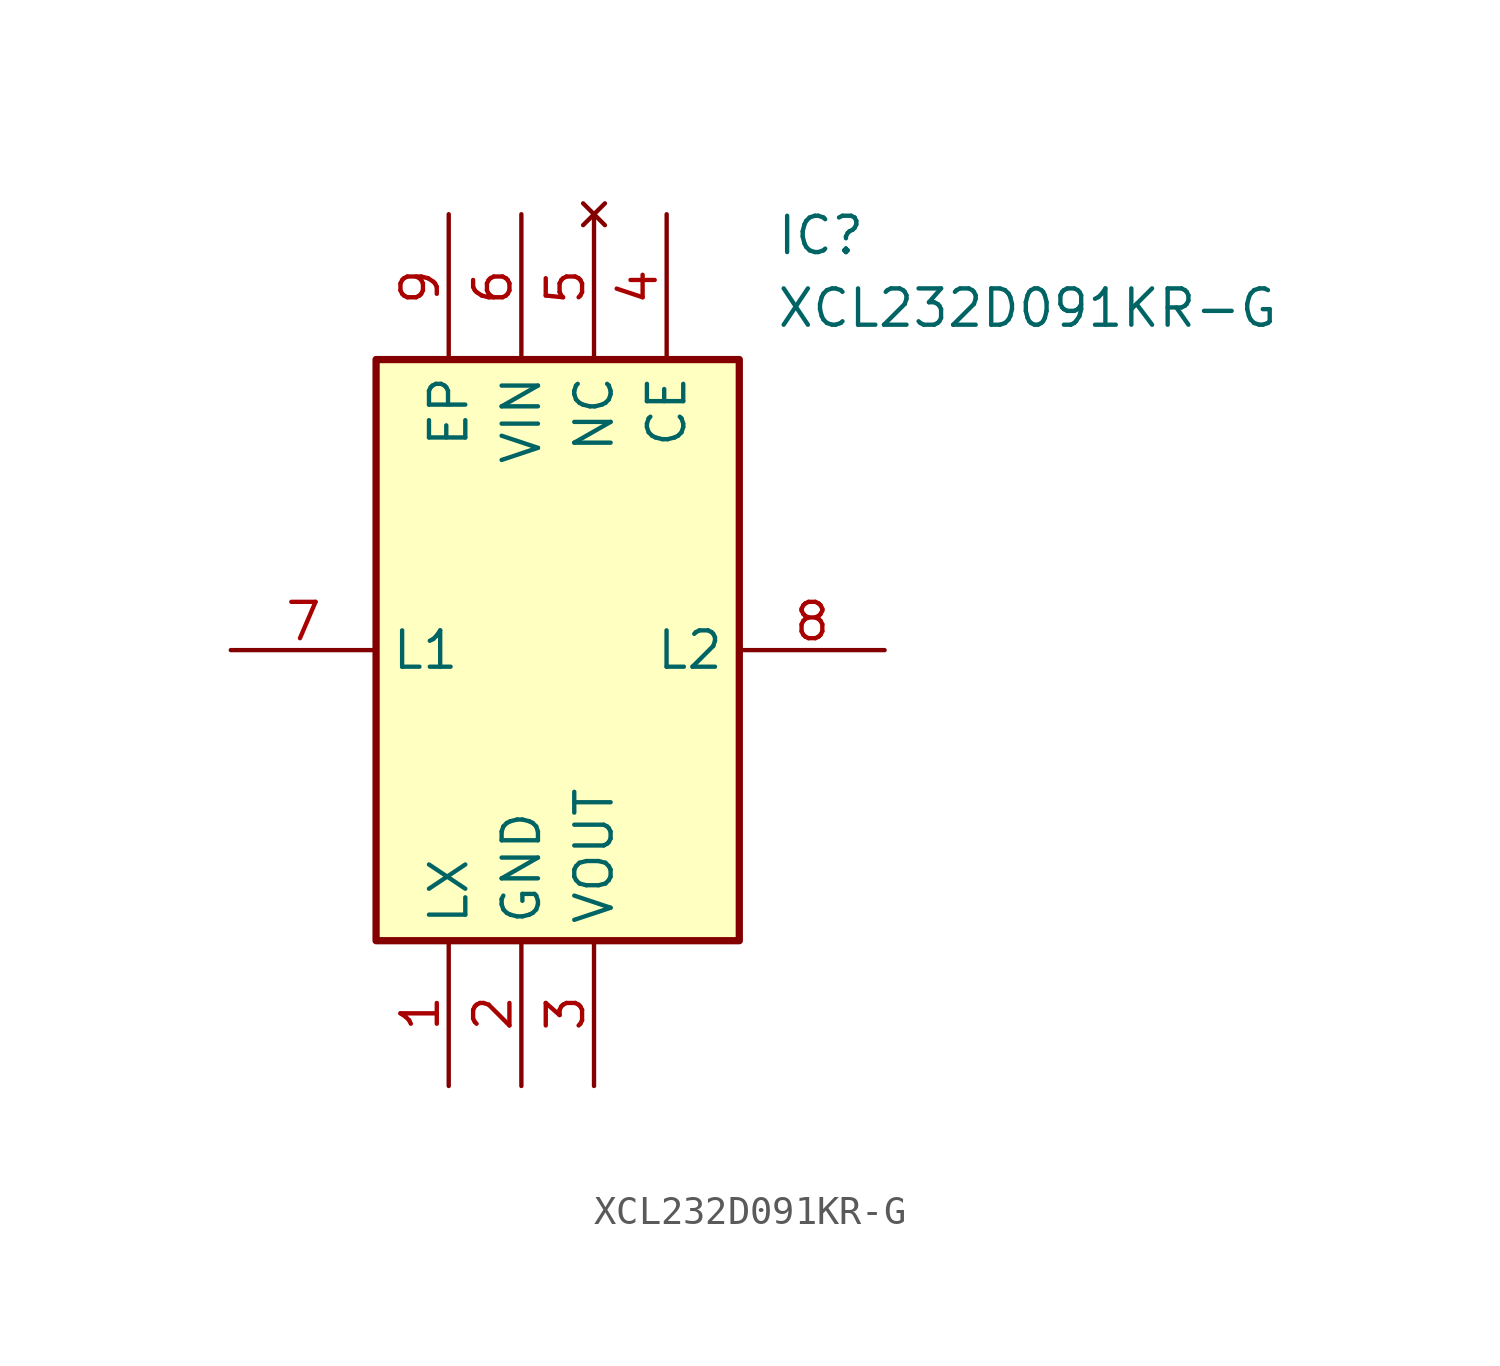
<source format=kicad_sym>
(kicad_symbol_lib
  (version 20211014)
  (generator SamacSys_ECAD_Model)
  (symbol "XCL232D091KR-G"
    (property "Reference" "IC"
      (at 19.05 15.24 0)
      (effects (font (size 1.27 1.27)) (justify left top)))
    (property "Value" "XCL232D091KR-G"
      (at 19.05 12.7 0)
      (effects (font (size 1.27 1.27)) (justify left top)))
    (rectangle
      (start 5.08 10.16)
      (end 17.78 -10.16)
      (stroke (width 0.254) (type default))
      (fill (type background)))
    (pin passive line
      (at 7.62 -15.24 90)
      (length 5.08)
      (name "LX" (effects (font (size 1.27 1.27))))
      (number "1" (effects (font (size 1.27 1.27)))))
    (pin passive line
      (at 10.16 -15.24 90)
      (length 5.08)
      (name "GND" (effects (font (size 1.27 1.27))))
      (number "2" (effects (font (size 1.27 1.27)))))
    (pin passive line
      (at 12.7 -15.24 90)
      (length 5.08)
      (name "VOUT" (effects (font (size 1.27 1.27))))
      (number "3" (effects (font (size 1.27 1.27)))))
    (pin passive line
      (at 15.24 15.24 270)
      (length 5.08)
      (name "CE" (effects (font (size 1.27 1.27))))
      (number "4" (effects (font (size 1.27 1.27)))))
    (pin no_connect line
      (at 12.7 15.24 270)
      (length 5.08)
      (name "NC" (effects (font (size 1.27 1.27))))
      (number "5" (effects (font (size 1.27 1.27)))))
    (pin passive line
      (at 10.16 15.24 270)
      (length 5.08)
      (name "VIN" (effects (font (size 1.27 1.27))))
      (number "6" (effects (font (size 1.27 1.27)))))
    (pin passive line
      (at 0 0 0)
      (length 5.08)
      (name "L1" (effects (font (size 1.27 1.27))))
      (number "7" (effects (font (size 1.27 1.27)))))
    (pin passive line
      (at 22.86 0 180)
      (length 5.08)
      (name "L2" (effects (font (size 1.27 1.27))))
      (number "8" (effects (font (size 1.27 1.27)))))
    (pin passive line
      (at 7.62 15.24 270)
      (length 5.08)
      (name "EP" (effects (font (size 1.27 1.27))))
      (number "9" (effects (font (size 1.27 1.27)))))))
</source>
